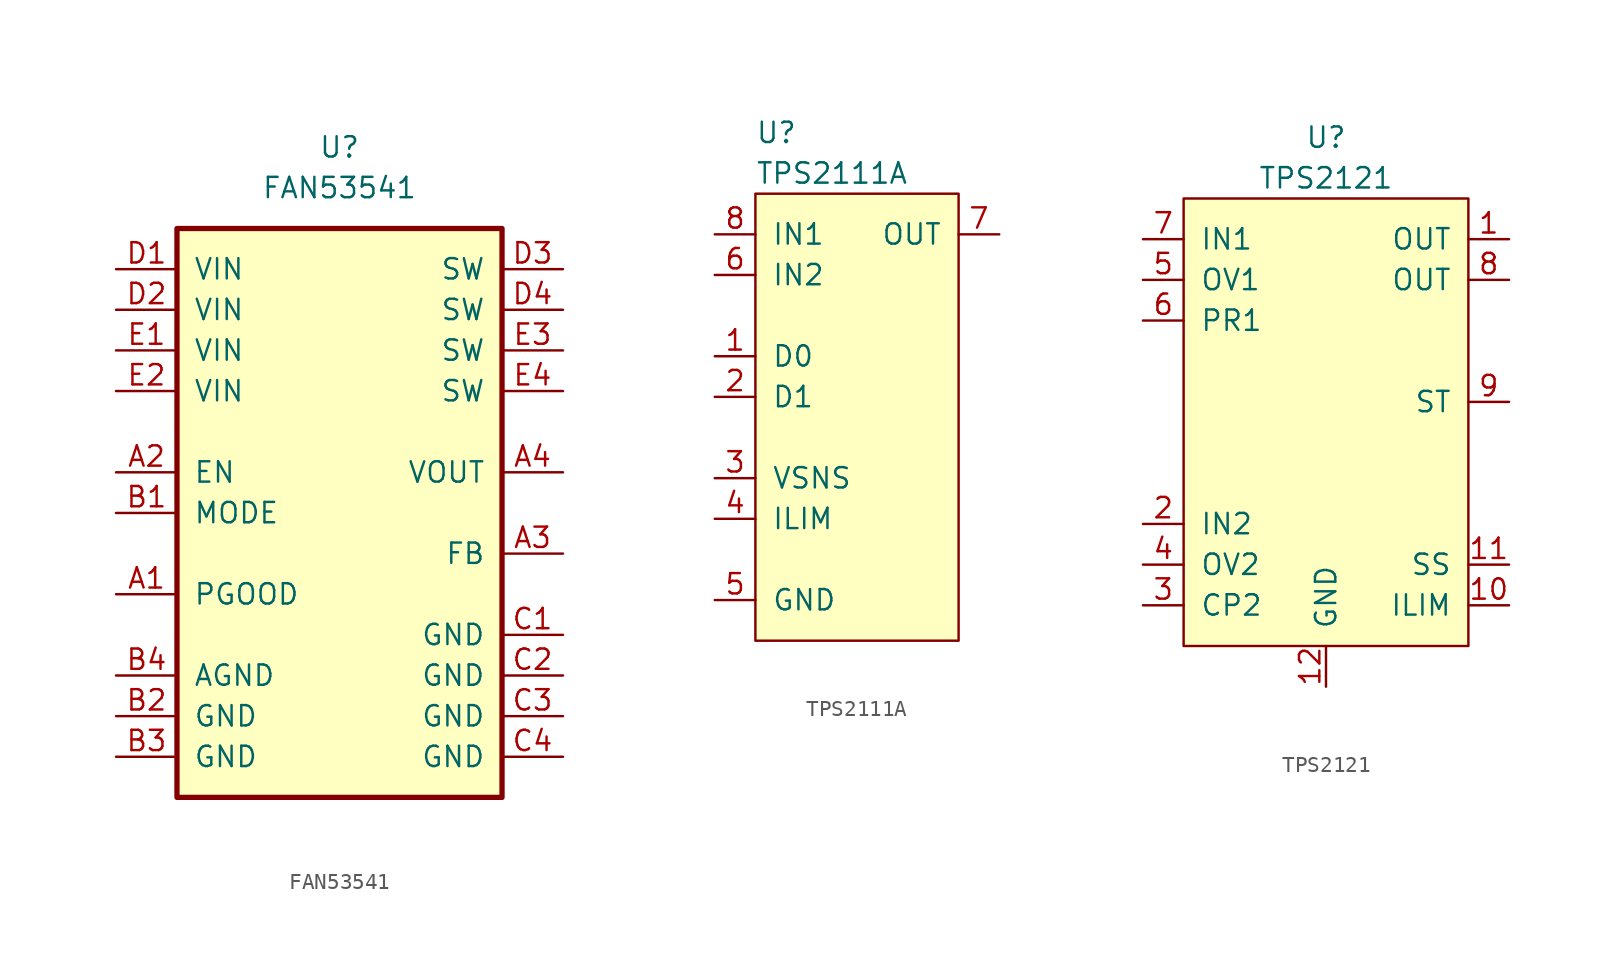
<source format=kicad_sym>
(kicad_symbol_lib
  (version 20231120)
  (generator "kicad_symbol_editor")
  (generator_version "8.0")
  (symbol "FAN53541"
    (pin_names
      (offset 1.016))
    (property "Reference" "U"
      (at 0 21.59 0)
      (effects (font (size 1.27 1.27))))
    (property "Value" "FAN53541"
      (at 0 19.05 0)
      (effects (font (size 1.27 1.27))))
    (symbol "FAN53541_0_1"
      (rectangle (start -10.16 16.51) (end 10.16 -19.05) (stroke (width 0.33) (type solid)) (fill (type background))))
    (symbol "FAN53541_1_1"
      (pin output line (at -13.97 -6.35 0) (length 3.81) (name "PGOOD" (effects (font (size 1.27 1.27)))) (number "A1" (effects (font (size 1.27 1.27)))))
      (pin input line (at -13.97 1.27 0) (length 3.81) (name "EN" (effects (font (size 1.27 1.27)))) (number "A2" (effects (font (size 1.27 1.27)))))
      (pin input line (at 13.97 -3.81 180) (length 3.81) (name "FB" (effects (font (size 1.27 1.27)))) (number "A3" (effects (font (size 1.27 1.27)))))
      (pin power_out line (at 13.97 1.27 180) (length 3.81) (name "VOUT" (effects (font (size 1.27 1.27)))) (number "A4" (effects (font (size 1.27 1.27)))))
      (pin input line (at -13.97 -1.27 0) (length 3.81) (name "MODE" (effects (font (size 1.27 1.27)))) (number "B1" (effects (font (size 1.27 1.27)))))
      (pin power_in line (at -13.97 -13.97 0) (length 3.81) (name "GND" (effects (font (size 1.27 1.27)))) (number "B2" (effects (font (size 1.27 1.27)))))
      (pin power_in line (at -13.97 -16.51 0) (length 3.81) (name "GND" (effects (font (size 1.27 1.27)))) (number "B3" (effects (font (size 1.27 1.27)))))
      (pin power_in line (at -13.97 -11.43 0) (length 3.81) (name "AGND" (effects (font (size 1.27 1.27)))) (number "B4" (effects (font (size 1.27 1.27)))))
      (pin power_in line (at 13.97 -8.89 180) (length 3.81) (name "GND" (effects (font (size 1.27 1.27)))) (number "C1" (effects (font (size 1.27 1.27)))))
      (pin power_in line (at 13.97 -11.43 180) (length 3.81) (name "GND" (effects (font (size 1.27 1.27)))) (number "C2" (effects (font (size 1.27 1.27)))))
      (pin power_in line (at 13.97 -13.97 180) (length 3.81) (name "GND" (effects (font (size 1.27 1.27)))) (number "C3" (effects (font (size 1.27 1.27)))))
      (pin power_in line (at 13.97 -16.51 180) (length 3.81) (name "GND" (effects (font (size 1.27 1.27)))) (number "C4" (effects (font (size 1.27 1.27)))))
      (pin power_in line (at -13.97 13.97 0) (length 3.81) (name "VIN" (effects (font (size 1.27 1.27)))) (number "D1" (effects (font (size 1.27 1.27)))))
      (pin power_in line (at -13.97 11.43 0) (length 3.81) (name "VIN" (effects (font (size 1.27 1.27)))) (number "D2" (effects (font (size 1.27 1.27)))))
      (pin output line (at 13.97 13.97 180) (length 3.81) (name "SW" (effects (font (size 1.27 1.27)))) (number "D3" (effects (font (size 1.27 1.27)))))
      (pin output line (at 13.97 11.43 180) (length 3.81) (name "SW" (effects (font (size 1.27 1.27)))) (number "D4" (effects (font (size 1.27 1.27)))))
      (pin power_in line (at -13.97 8.89 0) (length 3.81) (name "VIN" (effects (font (size 1.27 1.27)))) (number "E1" (effects (font (size 1.27 1.27)))))
      (pin power_in line (at -13.97 6.35 0) (length 3.81) (name "VIN" (effects (font (size 1.27 1.27)))) (number "E2" (effects (font (size 1.27 1.27)))))
      (pin output line (at 13.97 8.89 180) (length 3.81) (name "SW" (effects (font (size 1.27 1.27)))) (number "E3" (effects (font (size 1.27 1.27)))))
      (pin output line (at 13.97 6.35 180) (length 3.81) (name "SW" (effects (font (size 1.27 1.27)))) (number "E4" (effects (font (size 1.27 1.27)))))))
  (symbol "TPS2111A"
    (pin_names
      (offset 1.016))
    (property "Reference" "U"
      (at -6.35 17.78 0)
      (effects (font (size 1.27 1.27)) (justify left)))
    (property "Value" "TPS2111A"
      (at -6.35 15.24 0)
      (effects (font (size 1.27 1.27)) (justify left)))
    (symbol "TPS2111A_0_1"
      (rectangle (start -6.35 13.97) (end 6.35 -13.97) (stroke (width 0) (type solid)) (fill (type background))))
    (symbol "TPS2111A_1_1"
      (pin passive line (at -8.89 3.81 0) (length 2.54) (name "D0" (effects (font (size 1.27 1.27)))) (number "1" (effects (font (size 1.27 1.27)))))
      (pin passive line (at -8.89 1.27 0) (length 2.54) (name "D1" (effects (font (size 1.27 1.27)))) (number "2" (effects (font (size 1.27 1.27)))))
      (pin input line (at -8.89 -3.81 0) (length 2.54) (name "VSNS" (effects (font (size 1.27 1.27)))) (number "3" (effects (font (size 1.27 1.27)))))
      (pin input line (at -8.89 -6.35 0) (length 2.54) (name "ILIM" (effects (font (size 1.27 1.27)))) (number "4" (effects (font (size 1.27 1.27)))))
      (pin power_in line (at -8.89 -11.43 0) (length 2.54) (name "GND" (effects (font (size 1.27 1.27)))) (number "5" (effects (font (size 1.27 1.27)))))
      (pin power_in line (at -8.89 8.89 0) (length 2.54) (name "IN2" (effects (font (size 1.27 1.27)))) (number "6" (effects (font (size 1.27 1.27)))))
      (pin power_out line (at 8.89 11.43 180) (length 2.54) (name "OUT" (effects (font (size 1.27 1.27)))) (number "7" (effects (font (size 1.27 1.27)))))
      (pin power_in line (at -8.89 11.43 0) (length 2.54) (name "IN1" (effects (font (size 1.27 1.27)))) (number "8" (effects (font (size 1.27 1.27)))))))
  (symbol "TPS2121"
    (pin_names
      (offset 1.016))
    (property "Reference" "U"
      (at 0 19.05 0)
      (effects (font (size 1.27 1.27))))
    (property "Value" "TPS2121"
      (at 0 16.51 0)
      (effects (font (size 1.27 1.27))))
    (symbol "TPS2121_0_1"
      (rectangle (start -8.89 15.24) (end 8.89 -12.7) (stroke (width 0) (type solid)) (fill (type background))))
    (symbol "TPS2121_1_1"
      (pin power_out line (at 11.43 12.7 180) (length 2.54) (name "OUT" (effects (font (size 1.27 1.27)))) (number "1" (effects (font (size 1.27 1.27)))))
      (pin output line (at 11.43 -10.16 180) (length 2.54) (name "ILIM" (effects (font (size 1.27 1.27)))) (number "10" (effects (font (size 1.27 1.27)))))
      (pin output line (at 11.43 -7.62 180) (length 2.54) (name "SS" (effects (font (size 1.27 1.27)))) (number "11" (effects (font (size 1.27 1.27)))))
      (pin power_in line (at 0 -15.24 90) (length 2.54) (name "GND" (effects (font (size 1.27 1.27)))) (number "12" (effects (font (size 1.27 1.27)))))
      (pin power_in line (at -11.43 -5.08 0) (length 2.54) (name "IN2" (effects (font (size 1.27 1.27)))) (number "2" (effects (font (size 1.27 1.27)))))
      (pin input line (at -11.43 -10.16 0) (length 2.54) (name "CP2" (effects (font (size 1.27 1.27)))) (number "3" (effects (font (size 1.27 1.27)))))
      (pin input line (at -11.43 -7.62 0) (length 2.54) (name "OV2" (effects (font (size 1.27 1.27)))) (number "4" (effects (font (size 1.27 1.27)))))
      (pin input line (at -11.43 10.16 0) (length 2.54) (name "OV1" (effects (font (size 1.27 1.27)))) (number "5" (effects (font (size 1.27 1.27)))))
      (pin input line (at -11.43 7.62 0) (length 2.54) (name "PR1" (effects (font (size 1.27 1.27)))) (number "6" (effects (font (size 1.27 1.27)))))
      (pin power_in line (at -11.43 12.7 0) (length 2.54) (name "IN1" (effects (font (size 1.27 1.27)))) (number "7" (effects (font (size 1.27 1.27)))))
      (pin power_out line (at 11.43 10.16 180) (length 2.54) (name "OUT" (effects (font (size 1.27 1.27)))) (number "8" (effects (font (size 1.27 1.27)))))
      (pin output line (at 11.43 2.54 180) (length 2.54) (name "ST" (effects (font (size 1.27 1.27)))) (number "9" (effects (font (size 1.27 1.27))))))))
</source>
